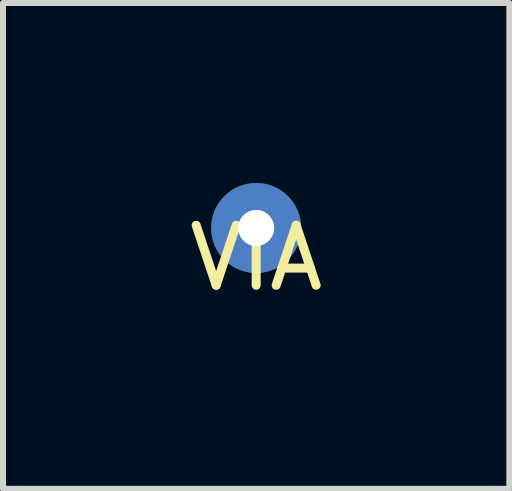
<source format=kicad_pcb>
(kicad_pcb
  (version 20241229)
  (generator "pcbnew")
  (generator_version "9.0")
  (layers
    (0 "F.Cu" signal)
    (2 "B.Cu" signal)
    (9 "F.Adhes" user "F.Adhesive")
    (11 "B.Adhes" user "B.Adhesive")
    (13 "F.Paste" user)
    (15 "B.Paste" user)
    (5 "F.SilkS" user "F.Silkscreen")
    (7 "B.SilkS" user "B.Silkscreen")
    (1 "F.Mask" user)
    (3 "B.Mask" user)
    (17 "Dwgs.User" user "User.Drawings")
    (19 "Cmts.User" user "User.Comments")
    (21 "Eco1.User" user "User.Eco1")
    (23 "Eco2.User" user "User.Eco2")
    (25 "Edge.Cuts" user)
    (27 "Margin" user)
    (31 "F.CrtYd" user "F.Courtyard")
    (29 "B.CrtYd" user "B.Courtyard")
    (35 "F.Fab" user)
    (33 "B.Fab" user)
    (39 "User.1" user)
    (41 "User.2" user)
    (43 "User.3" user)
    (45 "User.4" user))
  (footprint "VIA"
    (layer "F.Cu")
    (at 1.22 0.75)
    (property "Reference" "VIA" (at 0 0.5 0) (layer "F.SilkS") (effects (font (size 1 1) (thickness 0.15))))
    (attr through_hole)
    (pad "~" thru_hole circle (at 0 0) (size 1.5 1.5) (drill 0.6) (layers "*.Cu")))
  (gr_rect
    (start -3 -3)
    (end 5.44 5.098)
    (stroke (width 0.1) (type default))
    (fill no)
    (layer "Edge.Cuts")))
</source>
